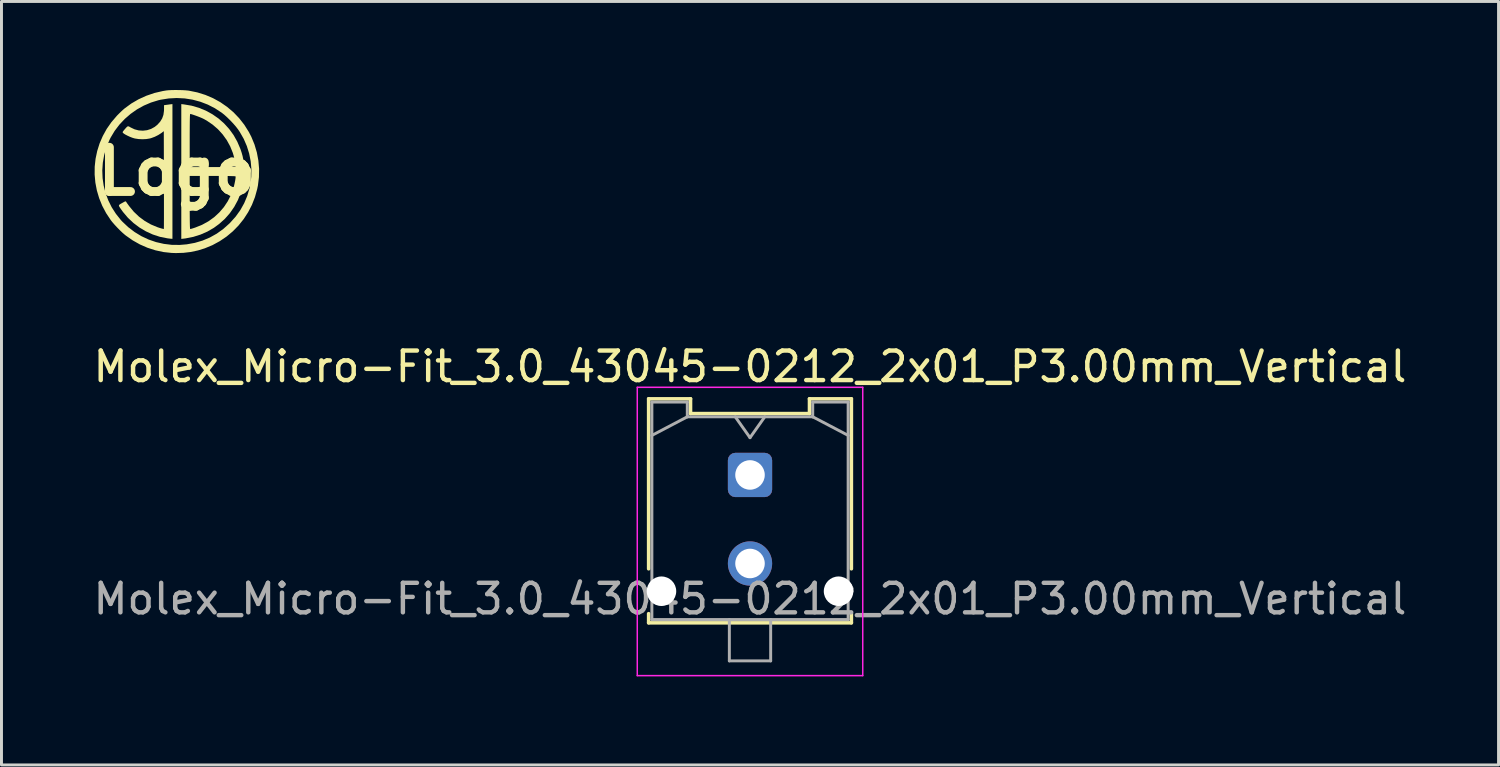
<source format=kicad_pcb>
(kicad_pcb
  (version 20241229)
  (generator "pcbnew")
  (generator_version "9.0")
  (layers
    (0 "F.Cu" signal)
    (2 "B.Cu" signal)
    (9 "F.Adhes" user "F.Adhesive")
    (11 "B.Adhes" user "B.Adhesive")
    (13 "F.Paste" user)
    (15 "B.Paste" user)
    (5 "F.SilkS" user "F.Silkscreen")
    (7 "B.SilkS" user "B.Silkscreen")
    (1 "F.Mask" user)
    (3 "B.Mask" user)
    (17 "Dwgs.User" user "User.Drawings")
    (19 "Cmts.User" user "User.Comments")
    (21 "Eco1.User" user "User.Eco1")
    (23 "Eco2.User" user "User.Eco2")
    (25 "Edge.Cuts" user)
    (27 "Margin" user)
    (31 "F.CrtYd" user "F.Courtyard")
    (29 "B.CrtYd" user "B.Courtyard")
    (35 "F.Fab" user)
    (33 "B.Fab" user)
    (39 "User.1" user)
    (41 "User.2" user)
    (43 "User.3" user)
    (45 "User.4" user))
  (footprint "Logo"
    (layer "F.Cu")
    (at 2.943 2.761)
    (property "Reference" "Logo" (at 0 0 0) (layer "F.SilkS") (effects (font (size 1.5 1.5) (thickness 0.3))))
    (attr board_only exclude_from_pos_files exclude_from_bom)
    (fp_poly (pts (xy -0.15 -0.002) (xy -0.15 2.28) (xy -0.191 2.279) (xy -0.229 2.275) (xy -0.282 2.269) (xy -0.325 2.263) (xy -0.575 2.213) (xy -0.817 2.134) (xy -1.049 2.028) (xy -1.268 1.898) (xy -1.472 1.744) (xy -1.659 1.568) (xy -1.826 1.371) (xy -1.9 1.268) (xy -1.936 1.214) (xy -1.958 1.176) (xy -1.964 1.149) (xy -1.95 1.127) (xy -1.917 1.103) (xy -1.86 1.071) (xy -1.831 1.055) (xy -1.781 1.027) (xy -1.751 1.014) (xy -1.733 1.012) (xy -1.722 1.022) (xy -1.719 1.027) (xy -1.703 1.051) (xy -1.675 1.092) (xy -1.638 1.143) (xy -1.614 1.176) (xy -1.458 1.365) (xy -1.282 1.532) (xy -1.088 1.676) (xy -0.879 1.795) (xy -0.656 1.888) (xy -0.58 1.913) (xy -0.522 1.93) (xy -0.475 1.942) (xy -0.447 1.947) (xy -0.441 1.947) (xy -0.44 1.931) (xy -0.44 1.887) (xy -0.439 1.818) (xy -0.439 1.724) (xy -0.438 1.607) (xy -0.438 1.471) (xy -0.438 1.315) (xy -0.438 1.144) (xy -0.438 0.957) (xy -0.438 0.758) (xy -0.438 0.548) (xy -0.439 0.33) (xy -0.439 0.287) (xy -0.443 -1.366) (xy -0.525 -1.303) (xy -0.63 -1.236) (xy -0.75 -1.176) (xy -0.874 -1.13) (xy -0.925 -1.117) (xy -1.038 -1.099) (xy -1.166 -1.093) (xy -1.295 -1.099) (xy -1.414 -1.117) (xy -1.445 -1.124) (xy -1.513 -1.145) (xy -1.59 -1.175) (xy -1.666 -1.21) (xy -1.736 -1.246) (xy -1.791 -1.279) (xy -1.823 -1.306) (xy -1.835 -1.321) (xy -1.837 -1.337) (xy -1.826 -1.358) (xy -1.799 -1.392) (xy -1.773 -1.423) (xy -1.725 -1.478) (xy -1.691 -1.513) (xy -1.665 -1.53) (xy -1.64 -1.531) (xy -1.611 -1.519) (xy -1.571 -1.495) (xy -1.566 -1.492) (xy -1.433 -1.429) (xy -1.293 -1.392) (xy -1.151 -1.383) (xy -1.011 -1.399) (xy -0.876 -1.442) (xy -0.751 -1.511) (xy -0.658 -1.586) (xy -0.565 -1.69) (xy -0.498 -1.799) (xy -0.456 -1.918) (xy -0.437 -2.053) (xy -0.435 -2.115) (xy -0.435 -2.247) (xy -0.371 -2.256) (xy -0.316 -2.263) (xy -0.253 -2.272) (xy -0.229 -2.275) (xy -0.15 -2.284)) (stroke (width 0) (type solid)) (fill yes) (layer "F.SilkS"))
    (fp_poly (pts (xy 0.236 -2.274) (xy 0.497 -2.23) (xy 0.746 -2.158) (xy 0.983 -2.061) (xy 1.205 -1.939) (xy 1.412 -1.795) (xy 1.601 -1.628) (xy 1.771 -1.441) (xy 1.921 -1.235) (xy 2.047 -1.011) (xy 2.15 -0.77) (xy 2.158 -0.748) (xy 2.197 -0.63) (xy 2.227 -0.522) (xy 2.248 -0.417) (xy 2.262 -0.308) (xy 2.27 -0.186) (xy 2.273 -0.045) (xy 2.273 0) (xy 2.273 0.111) (xy 2.271 0.198) (xy 2.268 0.268) (xy 2.263 0.327) (xy 2.255 0.381) (xy 2.244 0.437) (xy 2.238 0.463) (xy 2.165 0.724) (xy 2.067 0.97) (xy 1.944 1.198) (xy 1.797 1.41) (xy 1.627 1.603) (xy 1.433 1.777) (xy 1.253 1.909) (xy 1.034 2.036) (xy 0.8 2.138) (xy 0.553 2.216) (xy 0.298 2.266) (xy 0.236 2.274) (xy 0.15 2.284) (xy 0.15 0.15) (xy 0.435 0.15) (xy 0.435 1.05) (xy 0.435 1.252) (xy 0.436 1.426) (xy 0.437 1.572) (xy 0.438 1.692) (xy 0.44 1.787) (xy 0.442 1.86) (xy 0.445 1.91) (xy 0.448 1.94) (xy 0.452 1.95) (xy 0.452 1.95) (xy 0.472 1.946) (xy 0.515 1.934) (xy 0.572 1.916) (xy 0.626 1.898) (xy 0.854 1.806) (xy 1.066 1.69) (xy 1.261 1.55) (xy 1.436 1.389) (xy 1.592 1.208) (xy 1.724 1.009) (xy 1.834 0.793) (xy 1.898 0.625) (xy 1.919 0.554) (xy 1.94 0.475) (xy 1.958 0.394) (xy 1.974 0.316) (xy 1.985 0.249) (xy 1.99 0.198) (xy 1.989 0.168) (xy 1.988 0.165) (xy 1.971 0.161) (xy 1.925 0.158) (xy 1.851 0.156) (xy 1.75 0.153) (xy 1.623 0.152) (xy 1.472 0.151) (xy 1.298 0.15) (xy 1.207 0.15) (xy 0.435 0.15) (xy 0.15 0.15) (xy 0.15 0) (xy 0.15 -0.15) (xy 0.435 -0.15) (xy 1.207 -0.15) (xy 1.392 -0.15) (xy 1.555 -0.151) (xy 1.693 -0.153) (xy 1.806 -0.154) (xy 1.893 -0.157) (xy 1.952 -0.16) (xy 1.983 -0.163) (xy 1.988 -0.165) (xy 1.991 -0.189) (xy 1.986 -0.237) (xy 1.977 -0.301) (xy 1.962 -0.377) (xy 1.944 -0.458) (xy 1.923 -0.539) (xy 1.901 -0.613) (xy 1.897 -0.628) (xy 1.807 -0.851) (xy 1.692 -1.061) (xy 1.552 -1.256) (xy 1.391 -1.433) (xy 1.209 -1.59) (xy 1.01 -1.725) (xy 0.888 -1.792) (xy 0.837 -1.815) (xy 0.772 -1.842) (xy 0.7 -1.87) (xy 0.626 -1.897) (xy 0.557 -1.921) (xy 0.501 -1.939) (xy 0.462 -1.949) (xy 0.452 -1.95) (xy 0.448 -1.941) (xy 0.445 -1.913) (xy 0.442 -1.864) (xy 0.44 -1.794) (xy 0.438 -1.7) (xy 0.437 -1.582) (xy 0.436 -1.438) (xy 0.435 -1.266) (xy 0.435 -1.066) (xy 0.435 -1.05) (xy 0.435 -0.15) (xy 0.15 -0.15) (xy 0.15 -2.284)) (stroke (width 0) (type solid)) (fill yes) (layer "F.SilkS"))
    (fp_poly (pts (xy 0.061 -2.76) (xy 0.181 -2.757) (xy 0.291 -2.751) (xy 0.383 -2.742) (xy 0.411 -2.738) (xy 0.694 -2.68) (xy 0.966 -2.595) (xy 1.226 -2.484) (xy 1.473 -2.348) (xy 1.703 -2.189) (xy 1.917 -2.008) (xy 2.111 -1.805) (xy 2.285 -1.583) (xy 2.436 -1.343) (xy 2.522 -1.178) (xy 2.63 -0.916) (xy 2.71 -0.646) (xy 2.762 -0.369) (xy 2.786 -0.089) (xy 2.781 0.192) (xy 2.747 0.471) (xy 2.722 0.594) (xy 2.646 0.868) (xy 2.543 1.131) (xy 2.414 1.38) (xy 2.263 1.613) (xy 2.089 1.83) (xy 1.895 2.028) (xy 1.682 2.206) (xy 1.451 2.362) (xy 1.204 2.496) (xy 0.943 2.604) (xy 0.713 2.675) (xy 0.471 2.727) (xy 0.224 2.756) (xy -0.034 2.764) (xy -0.18 2.759) (xy -0.456 2.729) (xy -0.728 2.67) (xy -0.995 2.584) (xy -1.253 2.471) (xy -1.498 2.333) (xy -1.729 2.171) (xy -1.771 2.137) (xy -1.849 2.069) (xy -1.936 1.986) (xy -2.027 1.893) (xy -2.114 1.799) (xy -2.19 1.711) (xy -2.238 1.65) (xy -2.397 1.411) (xy -2.529 1.162) (xy -2.633 0.905) (xy -2.711 0.642) (xy -2.762 0.375) (xy -2.786 0.106) (xy -2.785 -0.036) (xy -2.527 -0.036) (xy -2.517 0.223) (xy -2.48 0.48) (xy -2.416 0.731) (xy -2.325 0.976) (xy -2.209 1.21) (xy -2.066 1.433) (xy -1.899 1.643) (xy -1.849 1.697) (xy -1.649 1.886) (xy -1.432 2.051) (xy -1.202 2.191) (xy -0.958 2.305) (xy -0.705 2.392) (xy -0.443 2.452) (xy -0.174 2.485) (xy 0.099 2.488) (xy 0.335 2.468) (xy 0.609 2.418) (xy 0.869 2.341) (xy 1.117 2.237) (xy 1.351 2.106) (xy 1.572 1.948) (xy 1.78 1.762) (xy 1.808 1.734) (xy 1.993 1.527) (xy 2.151 1.307) (xy 2.281 1.074) (xy 2.384 0.829) (xy 2.46 0.573) (xy 2.507 0.305) (xy 2.52 0.179) (xy 2.525 -0.086) (xy 2.501 -0.35) (xy 2.449 -0.61) (xy 2.37 -0.864) (xy 2.264 -1.108) (xy 2.132 -1.339) (xy 2.074 -1.425) (xy 2.001 -1.52) (xy 1.91 -1.625) (xy 1.809 -1.732) (xy 1.704 -1.835) (xy 1.603 -1.926) (xy 1.518 -1.993) (xy 1.289 -2.143) (xy 1.047 -2.267) (xy 0.794 -2.364) (xy 0.533 -2.434) (xy 0.266 -2.476) (xy -0.005 -2.49) (xy -0.278 -2.475) (xy -0.55 -2.432) (xy -0.623 -2.415) (xy -0.876 -2.337) (xy -1.12 -2.233) (xy -1.352 -2.104) (xy -1.568 -1.952) (xy -1.768 -1.779) (xy -1.949 -1.586) (xy -2.108 -1.376) (xy -2.243 -1.151) (xy -2.288 -1.061) (xy -2.39 -0.812) (xy -2.464 -0.556) (xy -2.509 -0.297) (xy -2.527 -0.036) (xy -2.785 -0.036) (xy -2.784 -0.163) (xy -2.755 -0.431) (xy -2.699 -0.695) (xy -2.618 -0.953) (xy -2.51 -1.203) (xy -2.377 -1.444) (xy -2.217 -1.673) (xy -2.032 -1.889) (xy -2.012 -1.91) (xy -1.949 -1.973) (xy -1.882 -2.038) (xy -1.82 -2.095) (xy -1.771 -2.137) (xy -1.543 -2.304) (xy -1.297 -2.447) (xy -1.036 -2.566) (xy -0.762 -2.66) (xy -0.478 -2.726) (xy -0.358 -2.746) (xy -0.278 -2.754) (xy -0.176 -2.759) (xy -0.061 -2.761)) (stroke (width 0) (type solid)) (fill yes) (layer "F.SilkS")))
  (footprint "Molex_Micro-Fit_3.0_43045-0212_2x01_P3.00mm_Vertical"
    (layer "F.Cu")
    (at 22.363 13.043)
    (property "Reference" "Molex_Micro-Fit_3.0_43045-0212_2x01_P3.00mm_Vertical" (at 0 -3.67 0) (layer "F.SilkS") (effects (font (size 1 1) (thickness 0.15))))
    (attr through_hole)
    (fp_line (start -3.435 -2.58) (end -2.015 -2.58) (stroke (width 0.12) (type solid)) (layer "F.SilkS"))
    (fp_line (start -3.435 3.18) (end -3.435 -2.58) (stroke (width 0.12) (type solid)) (layer "F.SilkS"))
    (fp_line (start -3.435 4.7) (end -3.435 5.01) (stroke (width 0.12) (type solid)) (layer "F.SilkS"))
    (fp_line (start -3.435 5.01) (end 3.435 5.01) (stroke (width 0.12) (type solid)) (layer "F.SilkS"))
    (fp_line (start -2.015 -2.58) (end -2.015 -2.08) (stroke (width 0.12) (type solid)) (layer "F.SilkS"))
    (fp_line (start -2.015 -2.08) (end 2.015 -2.08) (stroke (width 0.12) (type solid)) (layer "F.SilkS"))
    (fp_line (start 2.015 -2.58) (end 3.435 -2.58) (stroke (width 0.12) (type solid)) (layer "F.SilkS"))
    (fp_line (start 2.015 -2.08) (end 2.015 -2.58) (stroke (width 0.12) (type solid)) (layer "F.SilkS"))
    (fp_line (start 3.435 -2.58) (end 3.435 3.18) (stroke (width 0.12) (type solid)) (layer "F.SilkS"))
    (fp_line (start 3.435 5.01) (end 3.435 4.7) (stroke (width 0.12) (type solid)) (layer "F.SilkS"))
    (fp_line (start -3.82 -2.97) (end 3.82 -2.97) (stroke (width 0.05) (type solid)) (layer "F.CrtYd"))
    (fp_line (start -3.82 6.8) (end -3.82 -2.97) (stroke (width 0.05) (type solid)) (layer "F.CrtYd"))
    (fp_line (start 3.82 -2.97) (end 3.82 6.8) (stroke (width 0.05) (type solid)) (layer "F.CrtYd"))
    (fp_line (start 3.82 6.8) (end -3.82 6.8) (stroke (width 0.05) (type solid)) (layer "F.CrtYd"))
    (fp_line (start -3.325 -2.47) (end -3.325 4.9) (stroke (width 0.1) (type solid)) (layer "F.Fab"))
    (fp_line (start -3.325 -1.34) (end -2.125 -1.97) (stroke (width 0.1) (type solid)) (layer "F.Fab"))
    (fp_line (start -3.325 4.9) (end 3.325 4.9) (stroke (width 0.1) (type solid)) (layer "F.Fab"))
    (fp_line (start -2.125 -2.47) (end -3.325 -2.47) (stroke (width 0.1) (type solid)) (layer "F.Fab"))
    (fp_line (start -2.125 -1.97) (end -2.125 -2.47) (stroke (width 0.1) (type solid)) (layer "F.Fab"))
    (fp_line (start -0.7 4.9) (end -0.7 6.3) (stroke (width 0.1) (type solid)) (layer "F.Fab"))
    (fp_line (start -0.7 6.3) (end 0.7 6.3) (stroke (width 0.1) (type solid)) (layer "F.Fab"))
    (fp_line (start -0.5 -1.97) (end 0 -1.263) (stroke (width 0.1) (type solid)) (layer "F.Fab"))
    (fp_line (start 0 -1.263) (end 0.5 -1.97) (stroke (width 0.1) (type solid)) (layer "F.Fab"))
    (fp_line (start 0.7 6.3) (end 0.7 4.9) (stroke (width 0.1) (type solid)) (layer "F.Fab"))
    (fp_line (start 2.125 -2.47) (end 2.125 -1.97) (stroke (width 0.1) (type solid)) (layer "F.Fab"))
    (fp_line (start 2.125 -1.97) (end -2.125 -1.97) (stroke (width 0.1) (type solid)) (layer "F.Fab"))
    (fp_line (start 3.325 -2.47) (end 2.125 -2.47) (stroke (width 0.1) (type solid)) (layer "F.Fab"))
    (fp_line (start 3.325 -1.34) (end 2.125 -1.97) (stroke (width 0.1) (type solid)) (layer "F.Fab"))
    (fp_line (start 3.325 4.9) (end 3.325 -2.47) (stroke (width 0.1) (type solid)) (layer "F.Fab"))
    (fp_text user "${REFERENCE}" (at 0 4.2 0) (layer "F.Fab") (effects (font (size 1 1) (thickness 0.15))))
    (pad "" np_thru_hole circle (at -3 3.94) (size 1 1) (drill 1) (layers "*.Cu" "*.Mask"))
    (pad "" np_thru_hole circle (at 3 3.94) (size 1 1) (drill 1) (layers "*.Cu" "*.Mask"))
    (pad "1" thru_hole roundrect (at 0 0) (size 1.5 1.5) (drill 1) (layers "*.Cu" "*.Mask") (roundrect_rratio 0.167))
    (pad "2" thru_hole circle (at 0 3) (size 1.5 1.5) (drill 1) (layers "*.Cu" "*.Mask")))
  (gr_rect
    (start -3 -3)
    (end 47.726 22.868)
    (stroke (width 0.1) (type default))
    (fill no)
    (layer "Edge.Cuts")))
</source>
